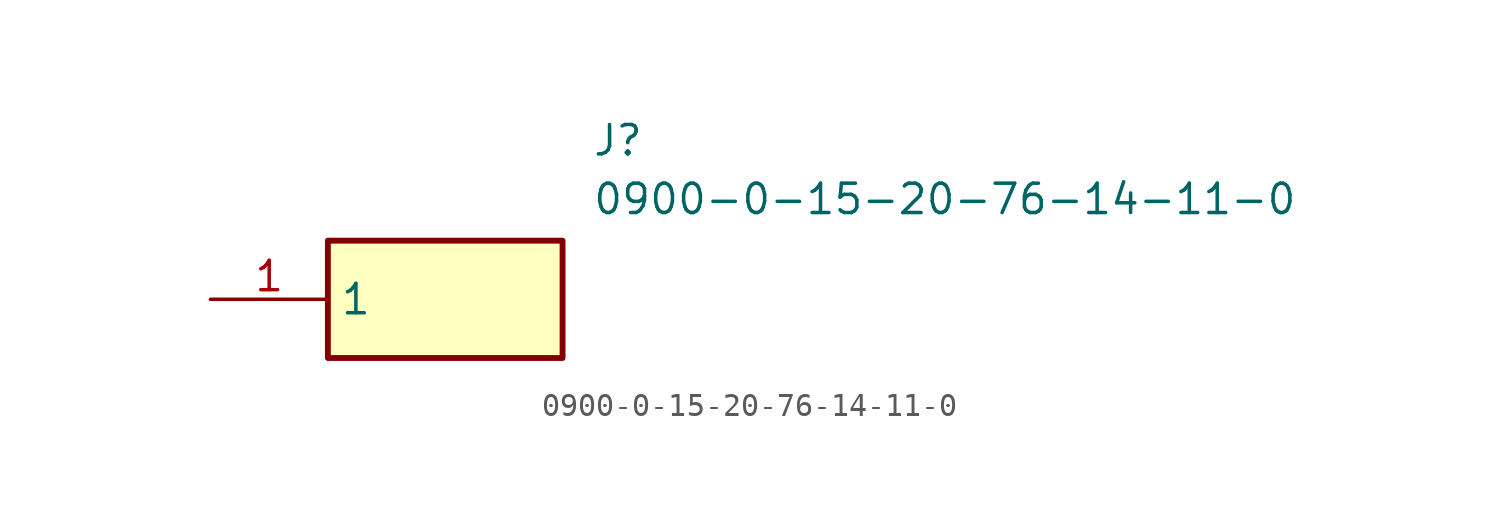
<source format=kicad_sym>
(kicad_symbol_lib
  (version 20211014)
  (generator SamacSys_ECAD_Model)
  (symbol "0900-0-15-20-76-14-11-0"
    (property "Reference" "J"
      (at 16.51 7.62 0)
      (effects (font (size 1.27 1.27)) (justify left top)))
    (property "Value" "0900-0-15-20-76-14-11-0"
      (at 16.51 5.08 0)
      (effects (font (size 1.27 1.27)) (justify left top)))
    (rectangle
      (start 5.08 2.54)
      (end 15.24 -2.54)
      (stroke (width 0.254) (type default))
      (fill (type background)))
    (pin passive line
      (at 0 0 0)
      (length 5.08)
      (name "1" (effects (font (size 1.27 1.27))))
      (number "1" (effects (font (size 1.27 1.27)))))))
</source>
